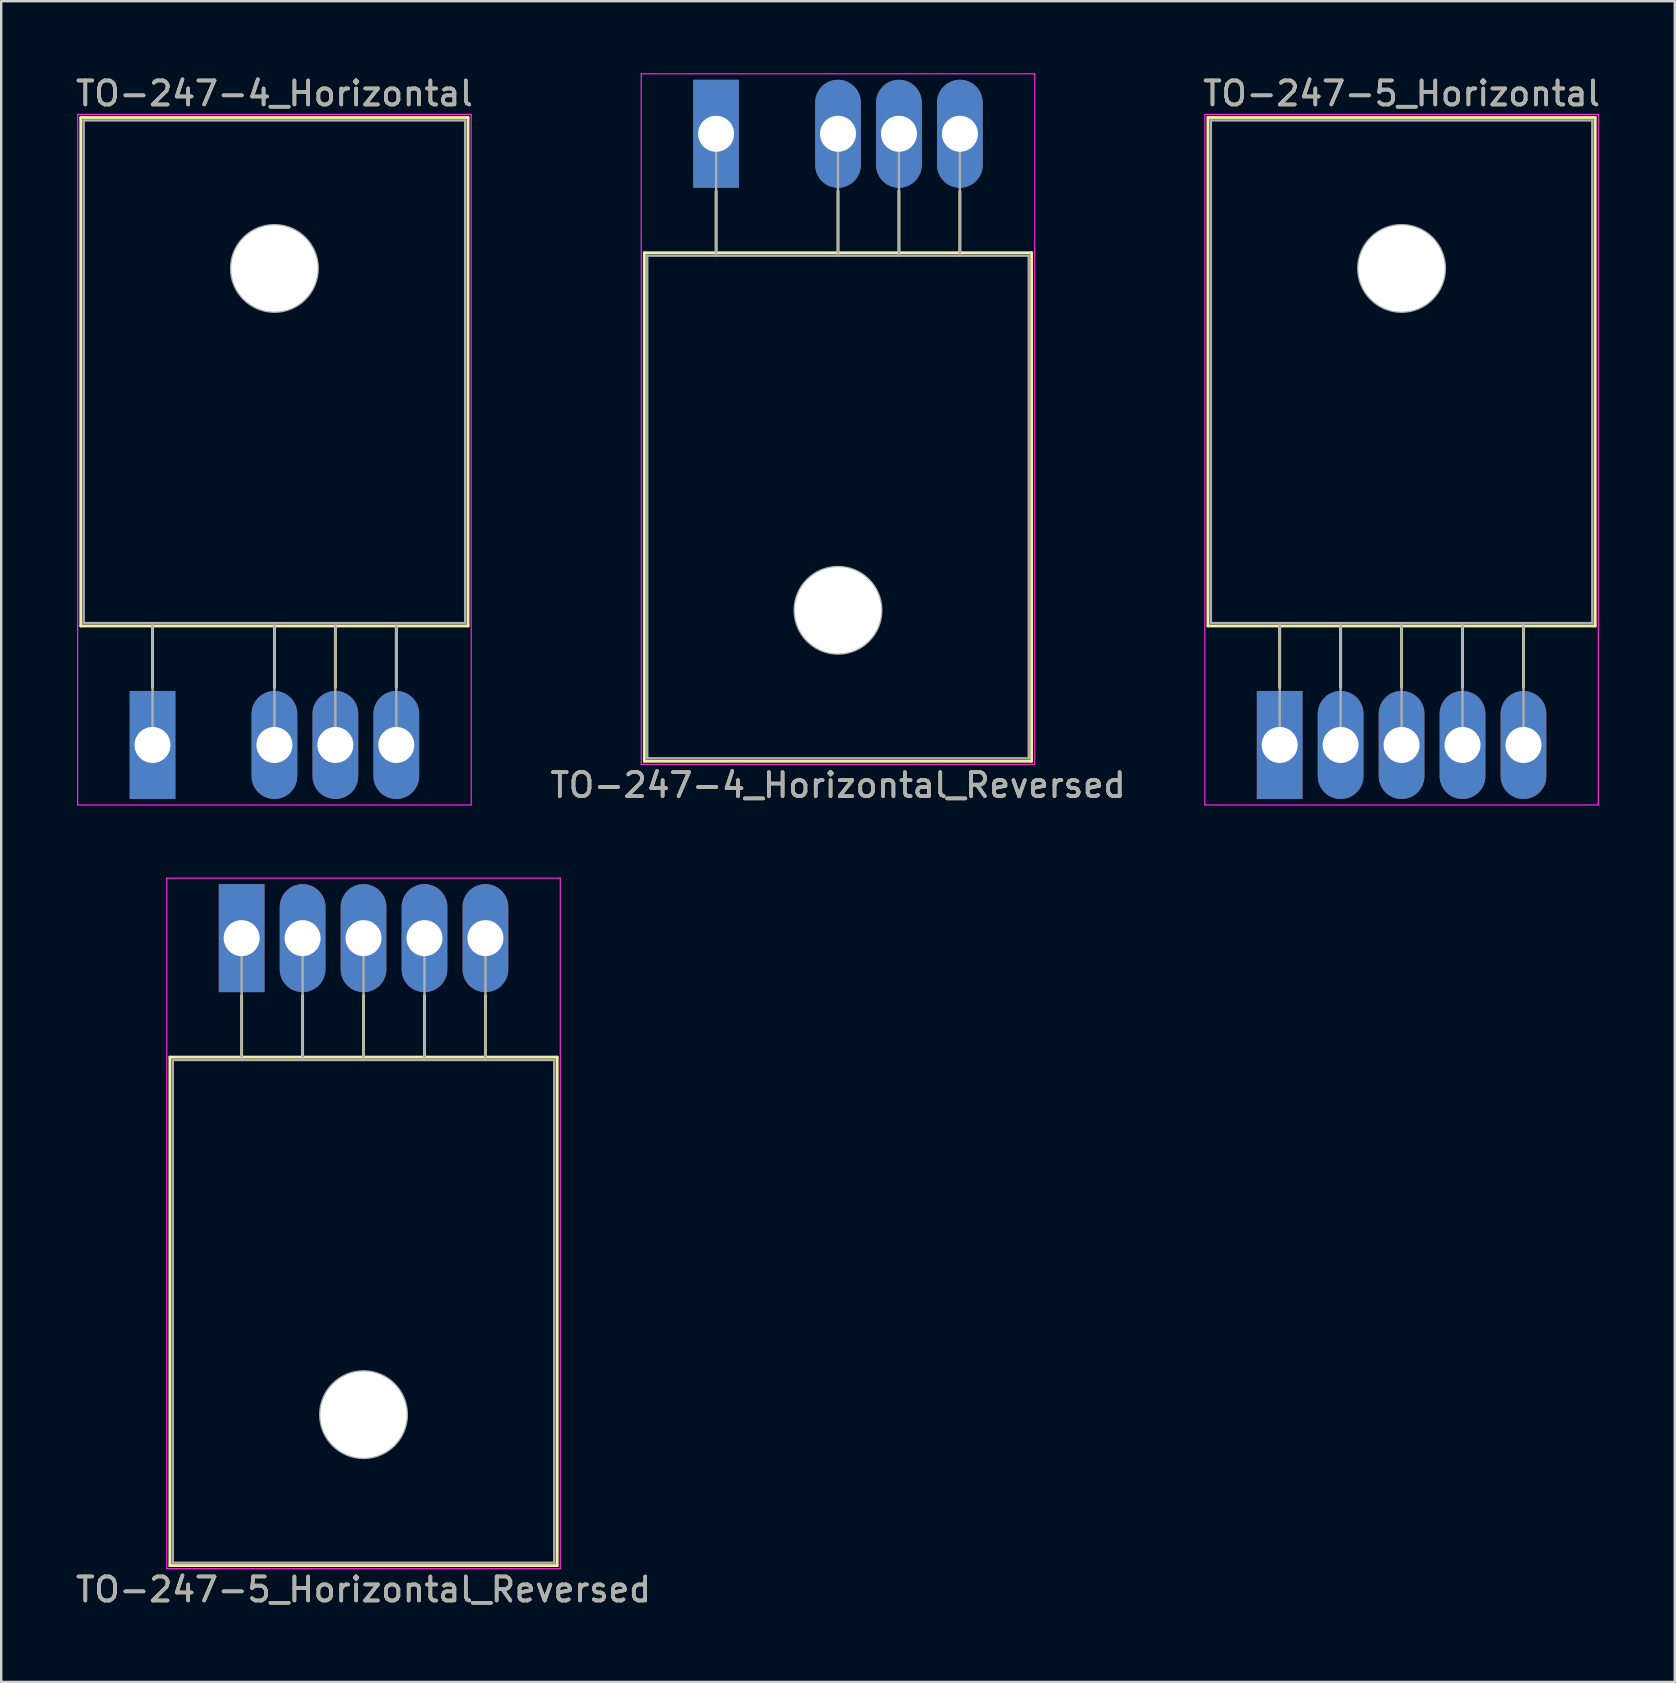
<source format=kicad_pcb>
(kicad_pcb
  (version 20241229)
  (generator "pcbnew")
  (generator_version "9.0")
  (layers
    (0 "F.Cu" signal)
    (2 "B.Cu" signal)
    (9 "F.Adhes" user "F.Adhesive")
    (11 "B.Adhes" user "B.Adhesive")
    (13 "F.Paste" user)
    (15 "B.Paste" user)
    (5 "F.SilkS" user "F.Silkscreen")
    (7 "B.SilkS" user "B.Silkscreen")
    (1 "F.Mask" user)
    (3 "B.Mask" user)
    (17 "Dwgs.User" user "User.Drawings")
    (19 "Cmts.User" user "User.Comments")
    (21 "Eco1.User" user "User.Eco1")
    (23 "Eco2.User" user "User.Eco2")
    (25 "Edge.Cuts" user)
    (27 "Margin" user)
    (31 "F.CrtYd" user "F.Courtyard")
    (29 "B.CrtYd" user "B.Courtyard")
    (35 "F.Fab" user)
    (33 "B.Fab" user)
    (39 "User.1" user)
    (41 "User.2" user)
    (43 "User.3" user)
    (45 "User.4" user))
  (footprint "TO-247-5_Horizontal"
    (layer "F.Cu")
    (at 50.283 27.998)
    (property "Reference" "TO-247-5_Horizontal" (at 5.08 -27.15 0) (layer "F.SilkS") (effects (font (size 1 1) (thickness 0.15))))
    (attr through_hole)
    (fp_line (start -2.99 -26.15) (end -2.99 -4.96) (stroke (width 0.12) (type solid)) (layer "F.SilkS"))
    (fp_line (start -2.99 -26.15) (end 13.15 -26.15) (stroke (width 0.12) (type solid)) (layer "F.SilkS"))
    (fp_line (start -2.99 -4.96) (end 13.15 -4.96) (stroke (width 0.12) (type solid)) (layer "F.SilkS"))
    (fp_line (start 0 -4.96) (end 0 -2.4) (stroke (width 0.12) (type solid)) (layer "F.SilkS"))
    (fp_line (start 2.54 -4.96) (end 2.54 -2.4) (stroke (width 0.12) (type solid)) (layer "F.SilkS"))
    (fp_line (start 5.08 -4.96) (end 5.08 -2.4) (stroke (width 0.12) (type solid)) (layer "F.SilkS"))
    (fp_line (start 7.62 -4.96) (end 7.62 -2.4) (stroke (width 0.12) (type solid)) (layer "F.SilkS"))
    (fp_line (start 10.16 -4.96) (end 10.16 -2.4) (stroke (width 0.12) (type solid)) (layer "F.SilkS"))
    (fp_line (start 13.15 -26.15) (end 13.15 -4.96) (stroke (width 0.12) (type solid)) (layer "F.SilkS"))
    (fp_line (start -3.12 -26.28) (end -3.12 2.5) (stroke (width 0.05) (type solid)) (layer "F.CrtYd"))
    (fp_line (start -3.12 2.5) (end 13.28 2.5) (stroke (width 0.05) (type solid)) (layer "F.CrtYd"))
    (fp_line (start 13.28 -26.28) (end -3.12 -26.28) (stroke (width 0.05) (type solid)) (layer "F.CrtYd"))
    (fp_line (start 13.28 2.5) (end 13.28 -26.28) (stroke (width 0.05) (type solid)) (layer "F.CrtYd"))
    (fp_line (start -2.87 -26.03) (end 13.03 -26.03) (stroke (width 0.1) (type solid)) (layer "F.Fab"))
    (fp_line (start -2.87 -5.08) (end -2.87 -26.03) (stroke (width 0.1) (type solid)) (layer "F.Fab"))
    (fp_line (start 0 -5.08) (end 0 0) (stroke (width 0.1) (type solid)) (layer "F.Fab"))
    (fp_line (start 2.54 -5.08) (end 2.54 0) (stroke (width 0.1) (type solid)) (layer "F.Fab"))
    (fp_line (start 5.08 -5.08) (end 5.08 0) (stroke (width 0.1) (type solid)) (layer "F.Fab"))
    (fp_line (start 7.62 -5.08) (end 7.62 0) (stroke (width 0.1) (type solid)) (layer "F.Fab"))
    (fp_line (start 10.16 -5.08) (end 10.16 0) (stroke (width 0.1) (type solid)) (layer "F.Fab"))
    (fp_line (start 13.03 -26.03) (end 13.03 -5.08) (stroke (width 0.1) (type solid)) (layer "F.Fab"))
    (fp_line (start 13.03 -5.08) (end -2.87 -5.08) (stroke (width 0.1) (type solid)) (layer "F.Fab"))
    (fp_circle (center 5.08 -19.86) (end 6.885 -19.86) (stroke (width 0.1) (type solid)) (fill no) (layer "F.Fab"))
    (fp_text user "${REFERENCE}" (at 5.08 -27.15 0) (layer "F.Fab") (effects (font (size 1 1) (thickness 0.15))))
    (pad "" np_thru_hole oval (at 5.08 -19.86) (size 3.6 3.6) (drill 3.6) (layers "*.Cu" "*.Mask"))
    (pad "1" thru_hole rect (at 0 0) (size 1.905 4.5) (drill 1.5) (layers "*.Cu" "*.Mask"))
    (pad "2" thru_hole oval (at 2.54 0) (size 1.905 4.5) (drill 1.5) (layers "*.Cu" "*.Mask"))
    (pad "3" thru_hole oval (at 5.08 0) (size 1.905 4.5) (drill 1.5) (layers "*.Cu" "*.Mask"))
    (pad "4" thru_hole oval (at 7.62 0) (size 1.905 4.5) (drill 1.5) (layers "*.Cu" "*.Mask"))
    (pad "5" thru_hole oval (at 10.16 0) (size 1.905 4.5) (drill 1.5) (layers "*.Cu" "*.Mask")))
  (footprint "TO-247-4_Horizontal"
    (layer "F.Cu")
    (at 3.307 27.998)
    (property "Reference" "TO-247-4_Horizontal" (at 5.08 -27.15 0) (layer "F.SilkS") (effects (font (size 1 1) (thickness 0.15))))
    (attr through_hole)
    (fp_line (start -2.99 -26.15) (end -2.99 -4.96) (stroke (width 0.12) (type solid)) (layer "F.SilkS"))
    (fp_line (start -2.99 -26.15) (end 13.15 -26.15) (stroke (width 0.12) (type solid)) (layer "F.SilkS"))
    (fp_line (start -2.99 -4.96) (end 13.15 -4.96) (stroke (width 0.12) (type solid)) (layer "F.SilkS"))
    (fp_line (start 0 -4.96) (end 0 -2.4) (stroke (width 0.12) (type solid)) (layer "F.SilkS"))
    (fp_line (start 5.08 -4.96) (end 5.08 -2.4) (stroke (width 0.12) (type solid)) (layer "F.SilkS"))
    (fp_line (start 7.62 -4.96) (end 7.62 -2.4) (stroke (width 0.12) (type solid)) (layer "F.SilkS"))
    (fp_line (start 10.16 -4.96) (end 10.16 -2.4) (stroke (width 0.12) (type solid)) (layer "F.SilkS"))
    (fp_line (start 13.15 -26.15) (end 13.15 -4.96) (stroke (width 0.12) (type solid)) (layer "F.SilkS"))
    (fp_line (start -3.12 -26.28) (end -3.12 2.5) (stroke (width 0.05) (type solid)) (layer "F.CrtYd"))
    (fp_line (start -3.12 2.5) (end 13.28 2.5) (stroke (width 0.05) (type solid)) (layer "F.CrtYd"))
    (fp_line (start 13.28 -26.28) (end -3.12 -26.28) (stroke (width 0.05) (type solid)) (layer "F.CrtYd"))
    (fp_line (start 13.28 2.5) (end 13.28 -26.28) (stroke (width 0.05) (type solid)) (layer "F.CrtYd"))
    (fp_line (start -2.87 -26.03) (end 13.03 -26.03) (stroke (width 0.1) (type solid)) (layer "F.Fab"))
    (fp_line (start -2.87 -5.08) (end -2.87 -26.03) (stroke (width 0.1) (type solid)) (layer "F.Fab"))
    (fp_line (start 0 -5.08) (end 0 0) (stroke (width 0.1) (type solid)) (layer "F.Fab"))
    (fp_line (start 5.08 -5.08) (end 5.08 0) (stroke (width 0.1) (type solid)) (layer "F.Fab"))
    (fp_line (start 7.62 -5.08) (end 7.62 0) (stroke (width 0.1) (type solid)) (layer "F.Fab"))
    (fp_line (start 10.16 -5.08) (end 10.16 0) (stroke (width 0.1) (type solid)) (layer "F.Fab"))
    (fp_line (start 13.03 -26.03) (end 13.03 -5.08) (stroke (width 0.1) (type solid)) (layer "F.Fab"))
    (fp_line (start 13.03 -5.08) (end -2.87 -5.08) (stroke (width 0.1) (type solid)) (layer "F.Fab"))
    (fp_circle (center 5.08 -19.86) (end 6.885 -19.86) (stroke (width 0.1) (type solid)) (fill no) (layer "F.Fab"))
    (fp_text user "${REFERENCE}" (at 5.08 -27.15 0) (layer "F.Fab") (effects (font (size 1 1) (thickness 0.15))))
    (pad "" np_thru_hole oval (at 5.08 -19.86) (size 3.6 3.6) (drill 3.6) (layers "*.Cu" "*.Mask"))
    (pad "1" thru_hole rect (at 0 0) (size 1.905 4.5) (drill 1.5) (layers "*.Cu" "*.Mask"))
    (pad "2" thru_hole oval (at 5.08 0) (size 1.905 4.5) (drill 1.5) (layers "*.Cu" "*.Mask"))
    (pad "3" thru_hole oval (at 7.62 0) (size 1.905 4.5) (drill 1.5) (layers "*.Cu" "*.Mask"))
    (pad "4" thru_hole oval (at 10.16 0) (size 1.905 4.5) (drill 1.5) (layers "*.Cu" "*.Mask")))
  (footprint "TO-247-4_Horizontal_Reversed"
    (layer "F.Cu")
    (at 26.795 2.525)
    (property "Reference" "TO-247-4_Horizontal_Reversed" (at 5.08 27.15 0) (layer "F.SilkS") (effects (font (size 1 1) (thickness 0.15))))
    (attr through_hole)
    (fp_line (start -2.99 4.96) (end -2.99 26.15) (stroke (width 0.12) (type solid)) (layer "F.SilkS"))
    (fp_line (start -2.99 4.96) (end 13.15 4.96) (stroke (width 0.12) (type solid)) (layer "F.SilkS"))
    (fp_line (start -2.99 26.15) (end 13.15 26.15) (stroke (width 0.12) (type solid)) (layer "F.SilkS"))
    (fp_line (start 0 2.4) (end 0 4.96) (stroke (width 0.12) (type solid)) (layer "F.SilkS"))
    (fp_line (start 5.08 2.4) (end 5.08 4.96) (stroke (width 0.12) (type solid)) (layer "F.SilkS"))
    (fp_line (start 7.62 2.4) (end 7.62 4.96) (stroke (width 0.12) (type solid)) (layer "F.SilkS"))
    (fp_line (start 10.16 2.4) (end 10.16 4.96) (stroke (width 0.12) (type solid)) (layer "F.SilkS"))
    (fp_line (start 13.15 4.96) (end 13.15 26.15) (stroke (width 0.12) (type solid)) (layer "F.SilkS"))
    (fp_line (start -3.12 -2.5) (end -3.12 26.28) (stroke (width 0.05) (type solid)) (layer "F.CrtYd"))
    (fp_line (start -3.12 26.28) (end 13.28 26.28) (stroke (width 0.05) (type solid)) (layer "F.CrtYd"))
    (fp_line (start 13.28 -2.5) (end -3.12 -2.5) (stroke (width 0.05) (type solid)) (layer "F.CrtYd"))
    (fp_line (start 13.28 26.28) (end 13.28 -2.5) (stroke (width 0.05) (type solid)) (layer "F.CrtYd"))
    (fp_line (start -2.87 5.08) (end -2.87 26.03) (stroke (width 0.1) (type solid)) (layer "F.Fab"))
    (fp_line (start -2.87 26.03) (end 13.03 26.03) (stroke (width 0.1) (type solid)) (layer "F.Fab"))
    (fp_line (start 0 5.08) (end 0 0) (stroke (width 0.1) (type solid)) (layer "F.Fab"))
    (fp_line (start 5.08 5.08) (end 5.08 0) (stroke (width 0.1) (type solid)) (layer "F.Fab"))
    (fp_line (start 7.62 5.08) (end 7.62 0) (stroke (width 0.1) (type solid)) (layer "F.Fab"))
    (fp_line (start 10.16 5.08) (end 10.16 0) (stroke (width 0.1) (type solid)) (layer "F.Fab"))
    (fp_line (start 13.03 5.08) (end -2.87 5.08) (stroke (width 0.1) (type solid)) (layer "F.Fab"))
    (fp_line (start 13.03 26.03) (end 13.03 5.08) (stroke (width 0.1) (type solid)) (layer "F.Fab"))
    (fp_circle (center 5.08 19.86) (end 6.885 19.86) (stroke (width 0.1) (type solid)) (fill no) (layer "F.Fab"))
    (fp_text user "${REFERENCE}" (at 5.08 27.15 0) (layer "F.Fab") (effects (font (size 1 1) (thickness 0.15))))
    (pad "" np_thru_hole oval (at 5.08 19.86) (size 3.6 3.6) (drill 3.6) (layers "*.Cu" "*.Mask"))
    (pad "1" thru_hole rect (at 0 0) (size 1.905 4.5) (drill 1.5) (layers "*.Cu" "*.Mask"))
    (pad "2" thru_hole oval (at 5.08 0) (size 1.905 4.5) (drill 1.5) (layers "*.Cu" "*.Mask"))
    (pad "3" thru_hole oval (at 7.62 0) (size 1.905 4.5) (drill 1.5) (layers "*.Cu" "*.Mask"))
    (pad "4" thru_hole oval (at 10.16 0) (size 1.905 4.5) (drill 1.5) (layers "*.Cu" "*.Mask")))
  (footprint "TO-247-5_Horizontal_Reversed"
    (layer "F.Cu")
    (at 7.021 36.048)
    (property "Reference" "TO-247-5_Horizontal_Reversed" (at 5.08 27.15 0) (layer "F.SilkS") (effects (font (size 1 1) (thickness 0.15))))
    (attr through_hole)
    (fp_line (start -2.99 4.96) (end -2.99 26.15) (stroke (width 0.12) (type solid)) (layer "F.SilkS"))
    (fp_line (start -2.99 4.96) (end 13.15 4.96) (stroke (width 0.12) (type solid)) (layer "F.SilkS"))
    (fp_line (start -2.99 26.15) (end 13.15 26.15) (stroke (width 0.12) (type solid)) (layer "F.SilkS"))
    (fp_line (start 0 2.4) (end 0 4.96) (stroke (width 0.12) (type solid)) (layer "F.SilkS"))
    (fp_line (start 2.54 2.4) (end 2.54 4.96) (stroke (width 0.12) (type solid)) (layer "F.SilkS"))
    (fp_line (start 5.08 2.4) (end 5.08 4.96) (stroke (width 0.12) (type solid)) (layer "F.SilkS"))
    (fp_line (start 7.62 2.4) (end 7.62 4.96) (stroke (width 0.12) (type solid)) (layer "F.SilkS"))
    (fp_line (start 10.16 2.4) (end 10.16 4.96) (stroke (width 0.12) (type solid)) (layer "F.SilkS"))
    (fp_line (start 13.15 4.96) (end 13.15 26.15) (stroke (width 0.12) (type solid)) (layer "F.SilkS"))
    (fp_line (start -3.12 -2.5) (end -3.12 26.28) (stroke (width 0.05) (type solid)) (layer "F.CrtYd"))
    (fp_line (start -3.12 26.28) (end 13.28 26.28) (stroke (width 0.05) (type solid)) (layer "F.CrtYd"))
    (fp_line (start 13.28 -2.5) (end -3.12 -2.5) (stroke (width 0.05) (type solid)) (layer "F.CrtYd"))
    (fp_line (start 13.28 26.28) (end 13.28 -2.5) (stroke (width 0.05) (type solid)) (layer "F.CrtYd"))
    (fp_line (start -2.87 5.08) (end -2.87 26.03) (stroke (width 0.1) (type solid)) (layer "F.Fab"))
    (fp_line (start -2.87 26.03) (end 13.03 26.03) (stroke (width 0.1) (type solid)) (layer "F.Fab"))
    (fp_line (start 0 5.08) (end 0 0) (stroke (width 0.1) (type solid)) (layer "F.Fab"))
    (fp_line (start 2.54 5.08) (end 2.54 0) (stroke (width 0.1) (type solid)) (layer "F.Fab"))
    (fp_line (start 5.08 5.08) (end 5.08 0) (stroke (width 0.1) (type solid)) (layer "F.Fab"))
    (fp_line (start 7.62 5.08) (end 7.62 0) (stroke (width 0.1) (type solid)) (layer "F.Fab"))
    (fp_line (start 10.16 5.08) (end 10.16 0) (stroke (width 0.1) (type solid)) (layer "F.Fab"))
    (fp_line (start 13.03 5.08) (end -2.87 5.08) (stroke (width 0.1) (type solid)) (layer "F.Fab"))
    (fp_line (start 13.03 26.03) (end 13.03 5.08) (stroke (width 0.1) (type solid)) (layer "F.Fab"))
    (fp_circle (center 5.08 19.86) (end 6.885 19.86) (stroke (width 0.1) (type solid)) (fill no) (layer "F.Fab"))
    (fp_text user "${REFERENCE}" (at 5.08 27.15 0) (layer "F.Fab") (effects (font (size 1 1) (thickness 0.15))))
    (pad "" np_thru_hole oval (at 5.08 19.86) (size 3.6 3.6) (drill 3.6) (layers "*.Cu" "*.Mask"))
    (pad "1" thru_hole rect (at 0 0) (size 1.905 4.5) (drill 1.5) (layers "*.Cu" "*.Mask"))
    (pad "2" thru_hole oval (at 2.54 0) (size 1.905 4.5) (drill 1.5) (layers "*.Cu" "*.Mask"))
    (pad "3" thru_hole oval (at 5.08 0) (size 1.905 4.5) (drill 1.5) (layers "*.Cu" "*.Mask"))
    (pad "4" thru_hole oval (at 7.62 0) (size 1.905 4.5) (drill 1.5) (layers "*.Cu" "*.Mask"))
    (pad "5" thru_hole oval (at 10.16 0) (size 1.905 4.5) (drill 1.5) (layers "*.Cu" "*.Mask")))
  (gr_rect
    (start -3 -3)
    (end 66.75 67.046)
    (stroke (width 0.1) (type default))
    (fill no)
    (layer "Edge.Cuts")))
</source>
